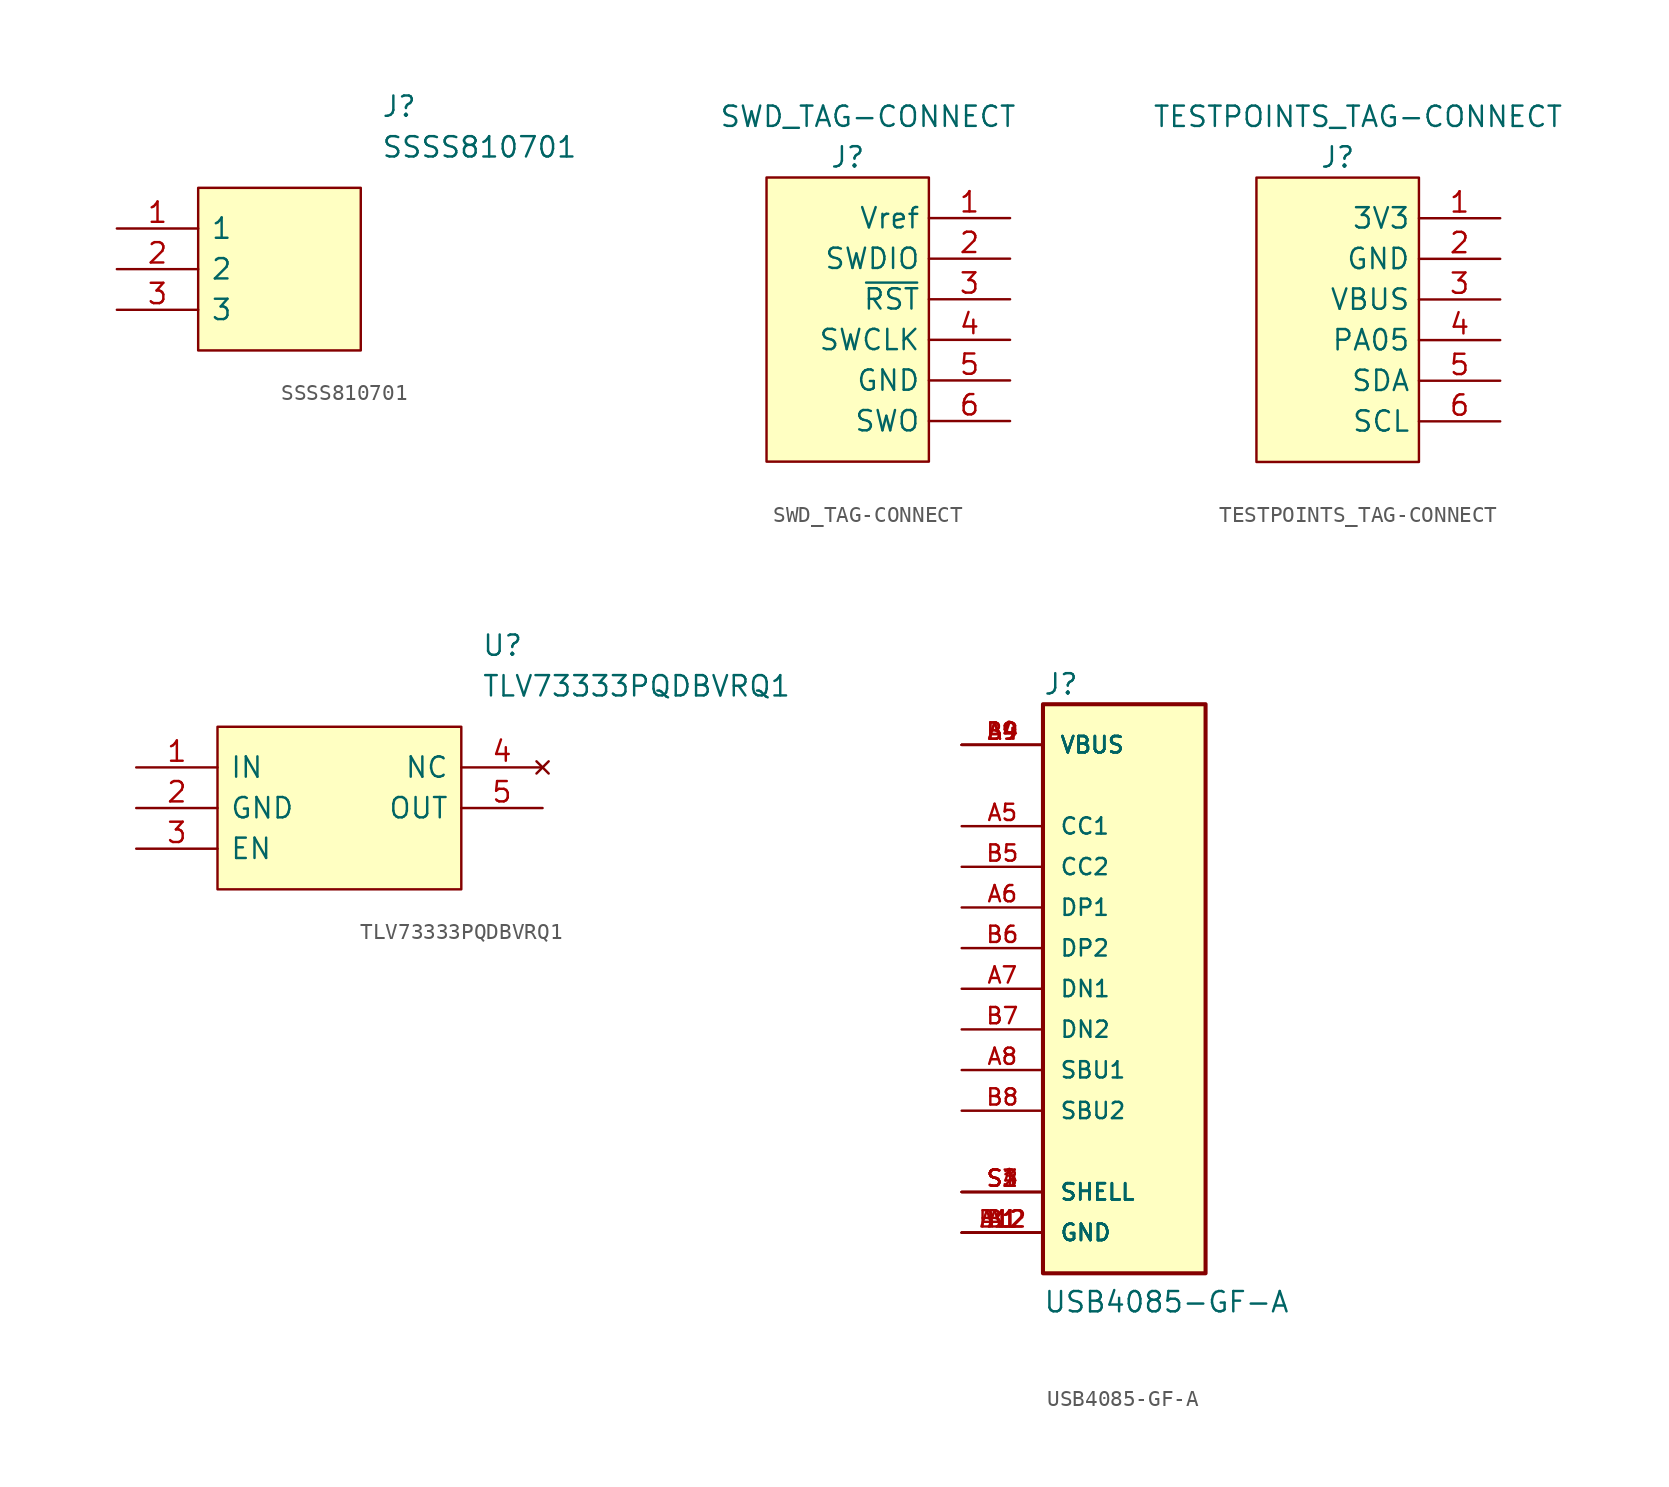
<source format=kicad_sym>
(kicad_symbol_lib
  (version 20211014)
  (generator kicad_symbol_editor)
  (symbol "SSSS810701"
    (pin_names
      (offset 0.762))
    (property "Reference" "J"
      (at 16.51 7.62 0)
      (effects (font (size 1.27 1.27)) (justify left)))
    (property "Value" "SSSS810701"
      (at 16.51 5.08 0)
      (effects (font (size 1.27 1.27)) (justify left)))
    (symbol "SSSS810701_0_0"
      (pin passive line (at 0 0 0) (length 5.08) (name "1" (effects (font (size 1.27 1.27)))) (number "1" (effects (font (size 1.27 1.27)))))
      (pin passive line (at 0 -2.54 0) (length 5.08) (name "2" (effects (font (size 1.27 1.27)))) (number "2" (effects (font (size 1.27 1.27)))))
      (pin passive line (at 0 -5.08 0) (length 5.08) (name "3" (effects (font (size 1.27 1.27)))) (number "3" (effects (font (size 1.27 1.27))))))
    (symbol "SSSS810701_0_1"
      (polyline (pts (xy 5.08 2.54) (xy 15.24 2.54) (xy 15.24 -7.62) (xy 5.08 -7.62) (xy 5.08 2.54)) (stroke (width 0.152) (type default) (color 0 0 0 0)) (fill (type background)))))
  (symbol "SWD_TAG-CONNECT"
    (property "Reference" "J"
      (at 0 10.16 0)
      (effects (font (size 1.27 1.27))))
    (property "Value" "SWD_TAG-CONNECT"
      (at 1.27 12.7 0)
      (effects (font (size 1.27 1.27))))
    (symbol "SWD_TAG-CONNECT_0_0"
      (pin passive line (at 10.16 6.35 180) (length 5.08) (name "Vref" (effects (font (size 1.27 1.27)))) (number "1" (effects (font (size 1.27 1.27)))))
      (pin passive line (at 10.16 3.81 180) (length 5.08) (name "SWDIO" (effects (font (size 1.27 1.27)))) (number "2" (effects (font (size 1.27 1.27)))))
      (pin passive line (at 10.16 1.27 180) (length 5.08) (name "~{RST}" (effects (font (size 1.27 1.27)))) (number "3" (effects (font (size 1.27 1.27)))))
      (pin passive line (at 10.16 -1.27 180) (length 5.08) (name "SWCLK" (effects (font (size 1.27 1.27)))) (number "4" (effects (font (size 1.27 1.27)))))
      (pin passive line (at 10.16 -3.81 180) (length 5.08) (name "GND" (effects (font (size 1.27 1.27)))) (number "5" (effects (font (size 1.27 1.27)))))
      (pin passive line (at 10.16 -6.35 180) (length 5.08) (name "SWO" (effects (font (size 1.27 1.27)))) (number "6" (effects (font (size 1.27 1.27))))))
    (symbol "SWD_TAG-CONNECT_0_1"
      (polyline (pts (xy 5.08 8.89) (xy -5.08 8.89) (xy -5.08 -8.89) (xy 5.08 -8.89) (xy 5.08 8.89)) (stroke (width 0.152) (type default) (color 0 0 0 0)) (fill (type background)))))
  (symbol "TESTPOINTS_TAG-CONNECT"
    (property "Reference" "J"
      (at 0 10.16 0)
      (effects (font (size 1.27 1.27))))
    (property "Value" "TESTPOINTS_TAG-CONNECT"
      (at 1.27 12.7 0)
      (effects (font (size 1.27 1.27))))
    (symbol "TESTPOINTS_TAG-CONNECT_0_0"
      (pin passive line (at 10.16 6.35 180) (length 5.08) (name "3V3" (effects (font (size 1.27 1.27)))) (number "1" (effects (font (size 1.27 1.27)))))
      (pin passive line (at 10.16 3.81 180) (length 5.08) (name "GND" (effects (font (size 1.27 1.27)))) (number "2" (effects (font (size 1.27 1.27)))))
      (pin passive line (at 10.16 1.27 180) (length 5.08) (name "VBUS" (effects (font (size 1.27 1.27)))) (number "3" (effects (font (size 1.27 1.27)))))
      (pin passive line (at 10.16 -1.27 180) (length 5.08) (name "PA05" (effects (font (size 1.27 1.27)))) (number "4" (effects (font (size 1.27 1.27)))))
      (pin passive line (at 10.16 -3.81 180) (length 5.08) (name "SDA" (effects (font (size 1.27 1.27)))) (number "5" (effects (font (size 1.27 1.27)))))
      (pin passive line (at 10.16 -6.35 180) (length 5.08) (name "SCL" (effects (font (size 1.27 1.27)))) (number "6" (effects (font (size 1.27 1.27))))))
    (symbol "TESTPOINTS_TAG-CONNECT_0_1"
      (polyline (pts (xy 5.08 8.89) (xy -5.08 8.89) (xy -5.08 -8.89) (xy 5.08 -8.89) (xy 5.08 8.89)) (stroke (width 0.152) (type default) (color 0 0 0 0)) (fill (type background)))))
  (symbol "TLV73333PQDBVRQ1"
    (pin_names
      (offset 0.762))
    (property "Reference" "U"
      (at 21.59 7.62 0)
      (effects (font (size 1.27 1.27)) (justify left)))
    (property "Value" "TLV73333PQDBVRQ1"
      (at 21.59 5.08 0)
      (effects (font (size 1.27 1.27)) (justify left)))
    (symbol "TLV73333PQDBVRQ1_0_0"
      (pin passive line (at 0 0 0) (length 5.08) (name "IN" (effects (font (size 1.27 1.27)))) (number "1" (effects (font (size 1.27 1.27)))))
      (pin passive line (at 0 -2.54 0) (length 5.08) (name "GND" (effects (font (size 1.27 1.27)))) (number "2" (effects (font (size 1.27 1.27)))))
      (pin passive line (at 0 -5.08 0) (length 5.08) (name "EN" (effects (font (size 1.27 1.27)))) (number "3" (effects (font (size 1.27 1.27)))))
      (pin no_connect line (at 25.4 0 180) (length 5.08) (name "NC" (effects (font (size 1.27 1.27)))) (number "4" (effects (font (size 1.27 1.27)))))
      (pin passive line (at 25.4 -2.54 180) (length 5.08) (name "OUT" (effects (font (size 1.27 1.27)))) (number "5" (effects (font (size 1.27 1.27))))))
    (symbol "TLV73333PQDBVRQ1_0_1"
      (polyline (pts (xy 5.08 2.54) (xy 20.32 2.54) (xy 20.32 -7.62) (xy 5.08 -7.62) (xy 5.08 2.54)) (stroke (width 0.152) (type default) (color 0 0 0 0)) (fill (type background)))))
  (symbol "USB4085-GF-A"
    (pin_names
      (offset 1.016))
    (property "Reference" "J"
      (at -5.08 18.288 0)
      (effects (font (size 1.27 1.27)) (justify left bottom)))
    (property "Value" "USB4085-GF-A"
      (at -5.08 -20.32 0)
      (effects (font (size 1.27 1.27)) (justify left bottom)))
    (symbol "USB4085-GF-A_0_0"
      (rectangle (start -5.08 -17.78) (end 5.08 17.78) (stroke (width 0.254) (type default) (color 0 0 0 0)) (fill (type background)))
      (pin power_in line (at -10.16 -15.24 0) (length 5.08) (name "GND" (effects (font (size 1.016 1.016)))) (number "A1" (effects (font (size 1.016 1.016)))))
      (pin power_in line (at -10.16 -15.24 0) (length 5.08) (name "GND" (effects (font (size 1.016 1.016)))) (number "A12" (effects (font (size 1.016 1.016)))))
      (pin power_in line (at -10.16 15.24 0) (length 5.08) (name "VBUS" (effects (font (size 1.016 1.016)))) (number "A4" (effects (font (size 1.016 1.016)))))
      (pin bidirectional line (at -10.16 10.16 0) (length 5.08) (name "CC1" (effects (font (size 1.016 1.016)))) (number "A5" (effects (font (size 1.016 1.016)))))
      (pin bidirectional line (at -10.16 5.08 0) (length 5.08) (name "DP1" (effects (font (size 1.016 1.016)))) (number "A6" (effects (font (size 1.016 1.016)))))
      (pin bidirectional line (at -10.16 0 0) (length 5.08) (name "DN1" (effects (font (size 1.016 1.016)))) (number "A7" (effects (font (size 1.016 1.016)))))
      (pin bidirectional line (at -10.16 -5.08 0) (length 5.08) (name "SBU1" (effects (font (size 1.016 1.016)))) (number "A8" (effects (font (size 1.016 1.016)))))
      (pin power_in line (at -10.16 15.24 0) (length 5.08) (name "VBUS" (effects (font (size 1.016 1.016)))) (number "A9" (effects (font (size 1.016 1.016)))))
      (pin power_in line (at -10.16 -15.24 0) (length 5.08) (name "GND" (effects (font (size 1.016 1.016)))) (number "B1" (effects (font (size 1.016 1.016)))))
      (pin power_in line (at -10.16 -15.24 0) (length 5.08) (name "GND" (effects (font (size 1.016 1.016)))) (number "B12" (effects (font (size 1.016 1.016)))))
      (pin power_in line (at -10.16 15.24 0) (length 5.08) (name "VBUS" (effects (font (size 1.016 1.016)))) (number "B4" (effects (font (size 1.016 1.016)))))
      (pin bidirectional line (at -10.16 7.62 0) (length 5.08) (name "CC2" (effects (font (size 1.016 1.016)))) (number "B5" (effects (font (size 1.016 1.016)))))
      (pin bidirectional line (at -10.16 2.54 0) (length 5.08) (name "DP2" (effects (font (size 1.016 1.016)))) (number "B6" (effects (font (size 1.016 1.016)))))
      (pin bidirectional line (at -10.16 -2.54 0) (length 5.08) (name "DN2" (effects (font (size 1.016 1.016)))) (number "B7" (effects (font (size 1.016 1.016)))))
      (pin bidirectional line (at -10.16 -7.62 0) (length 5.08) (name "SBU2" (effects (font (size 1.016 1.016)))) (number "B8" (effects (font (size 1.016 1.016)))))
      (pin power_in line (at -10.16 15.24 0) (length 5.08) (name "VBUS" (effects (font (size 1.016 1.016)))) (number "B9" (effects (font (size 1.016 1.016)))))
      (pin passive line (at -10.16 -12.7 0) (length 5.08) (name "SHELL" (effects (font (size 1.016 1.016)))) (number "S1" (effects (font (size 1.016 1.016)))))
      (pin passive line (at -10.16 -12.7 0) (length 5.08) (name "SHELL" (effects (font (size 1.016 1.016)))) (number "S2" (effects (font (size 1.016 1.016)))))
      (pin passive line (at -10.16 -12.7 0) (length 5.08) (name "SHELL" (effects (font (size 1.016 1.016)))) (number "S3" (effects (font (size 1.016 1.016)))))
      (pin passive line (at -10.16 -12.7 0) (length 5.08) (name "SHELL" (effects (font (size 1.016 1.016)))) (number "S4" (effects (font (size 1.016 1.016))))))))
</source>
